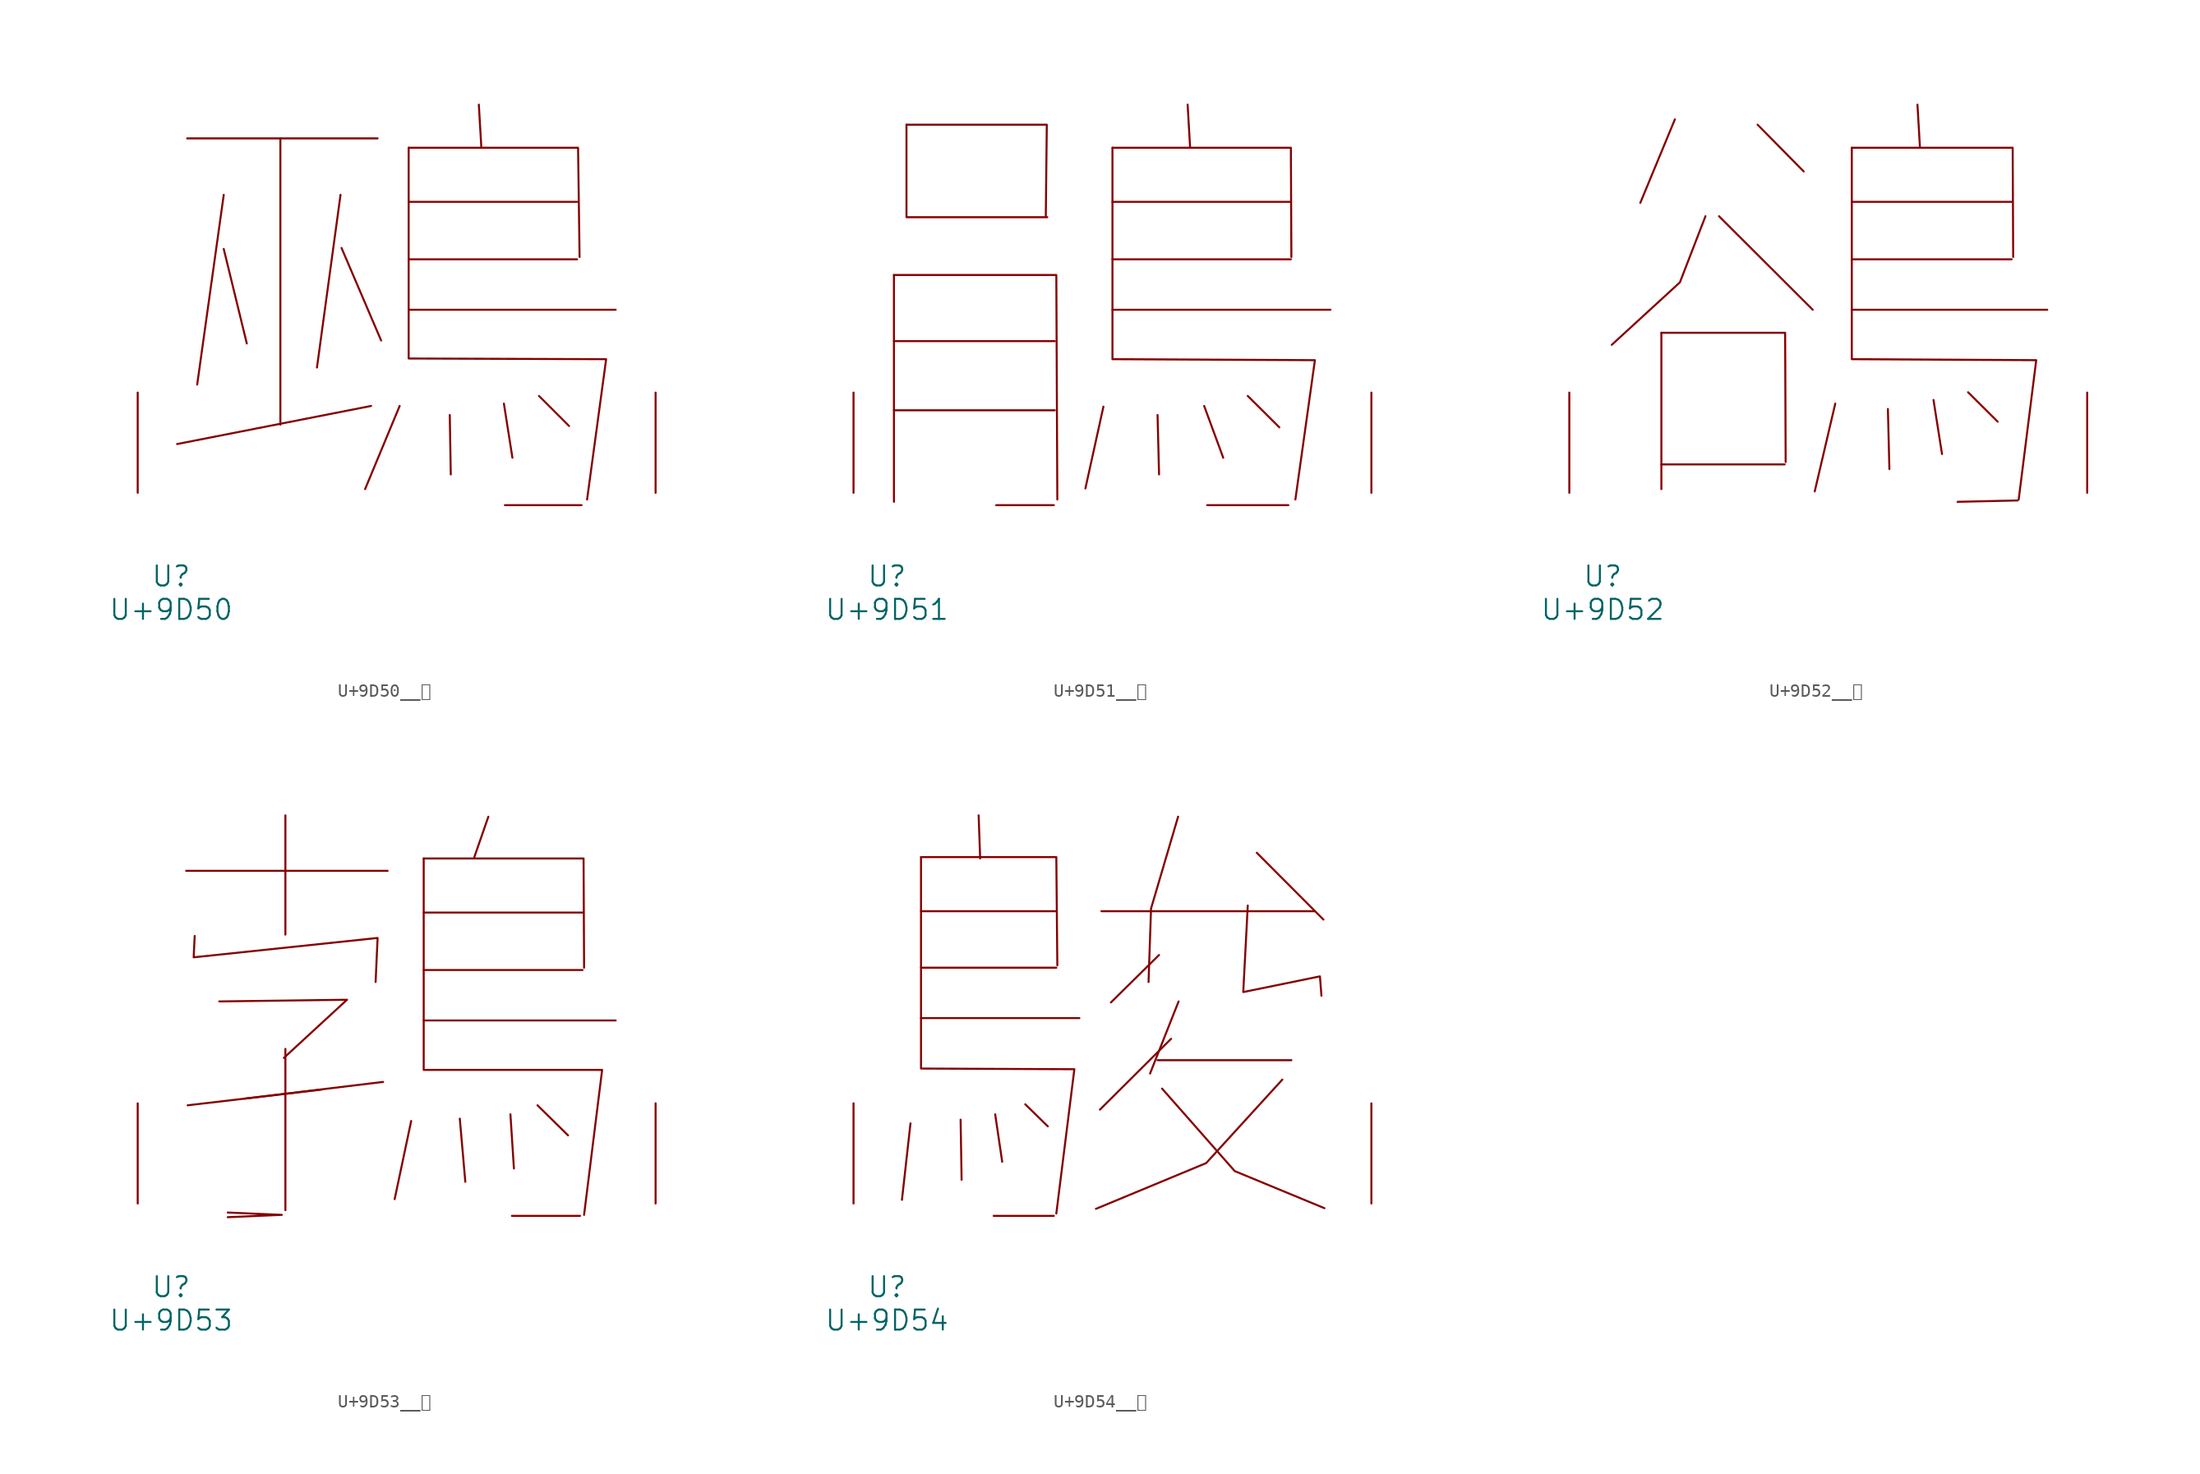
<source format=kicad_sym>
(kicad_symbol_lib
  (version 20231120)
  (generator "kicad_symbol_editor")
  (generator_version "8.0")
  (symbol "U+9D50__鵐"
    (pin_names
      (offset 1.016))
    (property "Reference" "U"
      (at 0 -6.35 0)
      (effects (font (size 1.524 1.524))))
    (property "Value" "U+9D50"
      (at 0 -8.89 0)
      (effects (font (size 1.524 1.524))))
    (symbol "U+9D50__鵐_0_1"
      (polyline (pts (xy 1.219 26.949) (xy 15.697 26.949)) (stroke (width 0) (type solid)) (fill (type none)))
      (polyline (pts (xy 4 18.542) (xy 5.753 11.354)) (stroke (width 0) (type solid)) (fill (type none)))
      (polyline (pts (xy 4 22.657) (xy 1.981 8.23)) (stroke (width 0) (type solid)) (fill (type none)))
      (polyline (pts (xy 8.306 26.949) (xy 8.306 5.182)) (stroke (width 0) (type solid)) (fill (type none)))
      (polyline (pts (xy 12.878 22.657) (xy 11.087 9.525)) (stroke (width 0) (type solid)) (fill (type none)))
      (polyline (pts (xy 12.954 18.618) (xy 15.964 11.582)) (stroke (width 0) (type solid)) (fill (type none)))
      (polyline (pts (xy 15.202 6.604) (xy 0.457 3.708)) (stroke (width 0) (type solid)) (fill (type none)))
      (polyline (pts (xy 17.374 6.604) (xy 14.745 0.279)) (stroke (width 0) (type solid)) (fill (type none)))
      (polyline (pts (xy 18.059 13.919) (xy 33.795 13.919)) (stroke (width 0) (type solid)) (fill (type none)))
      (polyline (pts (xy 18.059 17.755) (xy 30.861 17.755)) (stroke (width 0) (type solid)) (fill (type none)))
      (polyline (pts (xy 18.059 22.123) (xy 30.861 22.123)) (stroke (width 0) (type solid)) (fill (type none)))
      (polyline (pts (xy 21.184 5.918) (xy 21.26 1.397)) (stroke (width 0) (type solid)) (fill (type none)))
      (polyline (pts (xy 23.393 29.515) (xy 23.584 26.238)) (stroke (width 0) (type solid)) (fill (type none)))
      (polyline (pts (xy 25.298 6.782) (xy 25.946 2.667)) (stroke (width 0) (type solid)) (fill (type none)))
      (polyline (pts (xy 25.375 -0.94) (xy 31.204 -0.94)) (stroke (width 0) (type solid)) (fill (type none)))
      (polyline (pts (xy 27.965 7.366) (xy 30.251 5.08)) (stroke (width 0) (type solid)) (fill (type none)))
      (polyline (pts (xy 18.059 26.238) (xy 30.937 26.238) (xy 31.052 17.932)) (stroke (width 0) (type solid)) (fill (type none)))
      (polyline (pts (xy 18.059 26.238) (xy 18.059 10.211) (xy 33.071 10.16) (xy 31.623 -0.508)) (stroke (width 0) (type solid)) (fill (type none)))
      (pin input line (at -2.54 0 90) (length 7.62) (name "~" (effects (font (size 1.27 1.27)))) (number "~" (effects (font (size 1.27 1.27)))))
      (pin input line (at 36.83 0 90) (length 7.62) (name "~" (effects (font (size 1.27 1.27)))) (number "~" (effects (font (size 1.27 1.27)))))))
  (symbol "U+9D51__鵑"
    (pin_names
      (offset 1.016))
    (property "Reference" "U"
      (at 0 -6.35 0)
      (effects (font (size 1.524 1.524))))
    (property "Value" "U+9D51"
      (at 0 -8.89 0)
      (effects (font (size 1.524 1.524))))
    (symbol "U+9D51__鵑_0_1"
      (polyline (pts (xy 0.533 6.274) (xy 12.764 6.274)) (stroke (width 0) (type solid)) (fill (type none)))
      (polyline (pts (xy 0.533 11.532) (xy 12.764 11.532)) (stroke (width 0) (type solid)) (fill (type none)))
      (polyline (pts (xy 0.533 16.561) (xy 0.533 -0.686)) (stroke (width 0) (type solid)) (fill (type none)))
      (polyline (pts (xy 1.486 20.955) (xy 12.192 20.955)) (stroke (width 0) (type solid)) (fill (type none)))
      (polyline (pts (xy 1.486 27.991) (xy 1.486 21.031)) (stroke (width 0) (type solid)) (fill (type none)))
      (polyline (pts (xy 8.306 -0.94) (xy 12.687 -0.94)) (stroke (width 0) (type solid)) (fill (type none)))
      (polyline (pts (xy 16.459 6.553) (xy 15.088 0.33)) (stroke (width 0) (type solid)) (fill (type none)))
      (polyline (pts (xy 17.145 13.919) (xy 33.718 13.919)) (stroke (width 0) (type solid)) (fill (type none)))
      (polyline (pts (xy 17.145 17.755) (xy 30.709 17.755)) (stroke (width 0) (type solid)) (fill (type none)))
      (polyline (pts (xy 17.145 22.123) (xy 30.709 22.123)) (stroke (width 0) (type solid)) (fill (type none)))
      (polyline (pts (xy 20.574 5.918) (xy 20.688 1.397)) (stroke (width 0) (type solid)) (fill (type none)))
      (polyline (pts (xy 22.86 29.515) (xy 23.05 26.238)) (stroke (width 0) (type solid)) (fill (type none)))
      (polyline (pts (xy 24.117 6.604) (xy 25.565 2.667)) (stroke (width 0) (type solid)) (fill (type none)))
      (polyline (pts (xy 24.346 -0.94) (xy 30.518 -0.94)) (stroke (width 0) (type solid)) (fill (type none)))
      (polyline (pts (xy 27.432 7.366) (xy 29.832 4.978)) (stroke (width 0) (type solid)) (fill (type none)))
      (polyline (pts (xy 0.533 16.561) (xy 12.878 16.561) (xy 12.954 -0.508)) (stroke (width 0) (type solid)) (fill (type none)))
      (polyline (pts (xy 1.486 27.991) (xy 12.154 27.991) (xy 12.078 21.031)) (stroke (width 0) (type solid)) (fill (type none)))
      (polyline (pts (xy 17.145 26.238) (xy 30.709 26.238) (xy 30.747 17.932)) (stroke (width 0) (type solid)) (fill (type none)))
      (polyline (pts (xy 17.145 26.238) (xy 17.145 10.16) (xy 32.537 10.084) (xy 31.052 -0.508)) (stroke (width 0) (type solid)) (fill (type none)))
      (pin input line (at -2.54 0 90) (length 7.62) (name "~" (effects (font (size 1.27 1.27)))) (number "~" (effects (font (size 1.27 1.27)))))
      (pin input line (at 36.83 0 90) (length 7.62) (name "~" (effects (font (size 1.27 1.27)))) (number "~" (effects (font (size 1.27 1.27)))))))
  (symbol "U+9D52__鵒"
    (pin_names
      (offset 1.016))
    (property "Reference" "U"
      (at 0 -6.35 0)
      (effects (font (size 1.524 1.524))))
    (property "Value" "U+9D52"
      (at 0 -8.89 0)
      (effects (font (size 1.524 1.524))))
    (symbol "U+9D52__鵒_0_1"
      (polyline (pts (xy 4.458 2.159) (xy 13.83 2.159)) (stroke (width 0) (type solid)) (fill (type none)))
      (polyline (pts (xy 4.458 12.167) (xy 4.458 0.279)) (stroke (width 0) (type solid)) (fill (type none)))
      (polyline (pts (xy 5.486 28.397) (xy 2.857 22.047)) (stroke (width 0) (type solid)) (fill (type none)))
      (polyline (pts (xy 8.839 21.031) (xy 15.964 13.919)) (stroke (width 0) (type solid)) (fill (type none)))
      (polyline (pts (xy 11.773 27.991) (xy 15.278 24.435)) (stroke (width 0) (type solid)) (fill (type none)))
      (polyline (pts (xy 17.678 6.782) (xy 16.116 0.102)) (stroke (width 0) (type solid)) (fill (type none)))
      (polyline (pts (xy 18.936 13.919) (xy 33.795 13.919)) (stroke (width 0) (type solid)) (fill (type none)))
      (polyline (pts (xy 18.936 17.755) (xy 31.09 17.755)) (stroke (width 0) (type solid)) (fill (type none)))
      (polyline (pts (xy 18.936 22.123) (xy 31.09 22.123)) (stroke (width 0) (type solid)) (fill (type none)))
      (polyline (pts (xy 21.679 6.375) (xy 21.793 1.803)) (stroke (width 0) (type solid)) (fill (type none)))
      (polyline (pts (xy 23.927 29.515) (xy 24.117 26.238)) (stroke (width 0) (type solid)) (fill (type none)))
      (polyline (pts (xy 25.146 7.061) (xy 25.794 2.946)) (stroke (width 0) (type solid)) (fill (type none)))
      (polyline (pts (xy 27.775 7.645) (xy 30.023 5.41)) (stroke (width 0) (type solid)) (fill (type none)))
      (polyline (pts (xy 31.547 -0.584) (xy 26.975 -0.686)) (stroke (width 0) (type solid)) (fill (type none)))
      (polyline (pts (xy 4.458 12.167) (xy 13.868 12.167) (xy 13.906 2.337)) (stroke (width 0) (type solid)) (fill (type none)))
      (polyline (pts (xy 7.811 21.031) (xy 5.867 16.002) (xy 0.686 11.252)) (stroke (width 0) (type solid)) (fill (type none)))
      (polyline (pts (xy 18.936 26.238) (xy 31.166 26.238) (xy 31.204 17.932)) (stroke (width 0) (type solid)) (fill (type none)))
      (polyline (pts (xy 18.936 26.238) (xy 18.936 10.16) (xy 32.956 10.084) (xy 31.623 -0.508)) (stroke (width 0) (type solid)) (fill (type none)))
      (pin input line (at -2.54 0 90) (length 7.62) (name "~" (effects (font (size 1.27 1.27)))) (number "~" (effects (font (size 1.27 1.27)))))
      (pin input line (at 36.83 0 90) (length 7.62) (name "~" (effects (font (size 1.27 1.27)))) (number "~" (effects (font (size 1.27 1.27)))))))
  (symbol "U+9D53__鵓"
    (pin_names
      (offset 1.016))
    (property "Reference" "U"
      (at 0 -6.35 0)
      (effects (font (size 1.524 1.524))))
    (property "Value" "U+9D53"
      (at 0 -8.89 0)
      (effects (font (size 1.524 1.524))))
    (symbol "U+9D53__鵓_0_1"
      (polyline (pts (xy 1.143 25.298) (xy 16.459 25.298)) (stroke (width 0) (type solid)) (fill (type none)))
      (polyline (pts (xy 8.687 11.76) (xy 8.687 -0.508)) (stroke (width 0) (type solid)) (fill (type none)))
      (polyline (pts (xy 8.687 29.515) (xy 8.687 20.447)) (stroke (width 0) (type solid)) (fill (type none)))
      (polyline (pts (xy 11.43 8.661) (xy 1.257 7.468)) (stroke (width 0) (type solid)) (fill (type none)))
      (polyline (pts (xy 16.116 9.246) (xy 5.601 7.976)) (stroke (width 0) (type solid)) (fill (type none)))
      (polyline (pts (xy 18.25 6.274) (xy 16.993 0.33)) (stroke (width 0) (type solid)) (fill (type none)))
      (polyline (pts (xy 19.202 13.919) (xy 33.795 13.919)) (stroke (width 0) (type solid)) (fill (type none)))
      (polyline (pts (xy 19.202 17.755) (xy 31.28 17.755)) (stroke (width 0) (type solid)) (fill (type none)))
      (polyline (pts (xy 19.202 22.123) (xy 31.28 22.123)) (stroke (width 0) (type solid)) (fill (type none)))
      (polyline (pts (xy 21.946 6.452) (xy 22.365 1.651)) (stroke (width 0) (type solid)) (fill (type none)))
      (polyline (pts (xy 24.117 29.413) (xy 23.05 26.34)) (stroke (width 0) (type solid)) (fill (type none)))
      (polyline (pts (xy 25.794 6.782) (xy 26.06 2.667)) (stroke (width 0) (type solid)) (fill (type none)))
      (polyline (pts (xy 25.908 -0.94) (xy 31.09 -0.94)) (stroke (width 0) (type solid)) (fill (type none)))
      (polyline (pts (xy 27.851 7.468) (xy 30.175 5.182)) (stroke (width 0) (type solid)) (fill (type none)))
      (polyline (pts (xy 3.658 15.367) (xy 13.373 15.494) (xy 8.572 11.074)) (stroke (width 0) (type solid)) (fill (type none)))
      (polyline (pts (xy 4.305 -1.041) (xy 8.42 -0.864) (xy 4.305 -0.686)) (stroke (width 0) (type solid)) (fill (type none)))
      (polyline (pts (xy 19.202 26.238) (xy 31.356 26.238) (xy 31.394 17.932)) (stroke (width 0) (type solid)) (fill (type none)))
      (polyline (pts (xy 1.791 20.345) (xy 1.714 18.72) (xy 15.697 20.193) (xy 15.545 16.84)) (stroke (width 0) (type solid)) (fill (type none)))
      (polyline (pts (xy 19.202 26.238) (xy 19.202 10.16) (xy 32.766 10.16) (xy 31.394 -0.864)) (stroke (width 0) (type solid)) (fill (type none)))
      (pin input line (at -2.54 0 90) (length 7.62) (name "~" (effects (font (size 1.27 1.27)))) (number "~" (effects (font (size 1.27 1.27)))))
      (pin input line (at 36.83 0 90) (length 7.62) (name "~" (effects (font (size 1.27 1.27)))) (number "~" (effects (font (size 1.27 1.27)))))))
  (symbol "U+9D54__鵔"
    (pin_names
      (offset 1.016))
    (property "Reference" "U"
      (at 0 -6.35 0)
      (effects (font (size 1.524 1.524))))
    (property "Value" "U+9D54"
      (at 0 -8.89 0)
      (effects (font (size 1.524 1.524))))
    (symbol "U+9D54__鵔_0_1"
      (polyline (pts (xy 1.791 6.096) (xy 1.143 0.279)) (stroke (width 0) (type solid)) (fill (type none)))
      (polyline (pts (xy 2.591 14.097) (xy 14.63 14.097)) (stroke (width 0) (type solid)) (fill (type none)))
      (polyline (pts (xy 2.591 17.932) (xy 12.878 17.932)) (stroke (width 0) (type solid)) (fill (type none)))
      (polyline (pts (xy 2.591 22.225) (xy 12.878 22.225)) (stroke (width 0) (type solid)) (fill (type none)))
      (polyline (pts (xy 5.601 6.375) (xy 5.677 1.803)) (stroke (width 0) (type solid)) (fill (type none)))
      (polyline (pts (xy 6.972 29.515) (xy 7.087 26.238)) (stroke (width 0) (type solid)) (fill (type none)))
      (polyline (pts (xy 8.115 -0.94) (xy 12.687 -0.94)) (stroke (width 0) (type solid)) (fill (type none)))
      (polyline (pts (xy 8.23 6.782) (xy 8.763 3.175)) (stroke (width 0) (type solid)) (fill (type none)))
      (polyline (pts (xy 10.516 7.544) (xy 12.23 5.867)) (stroke (width 0) (type solid)) (fill (type none)))
      (polyline (pts (xy 16.307 22.225) (xy 32.499 22.225)) (stroke (width 0) (type solid)) (fill (type none)))
      (polyline (pts (xy 20.574 10.897) (xy 30.747 10.897)) (stroke (width 0) (type solid)) (fill (type none)))
      (polyline (pts (xy 20.688 18.898) (xy 17.031 15.291)) (stroke (width 0) (type solid)) (fill (type none)))
      (polyline (pts (xy 21.603 12.522) (xy 16.192 7.137)) (stroke (width 0) (type solid)) (fill (type none)))
      (polyline (pts (xy 22.174 15.367) (xy 20.003 9.881)) (stroke (width 0) (type solid)) (fill (type none)))
      (polyline (pts (xy 28.118 26.67) (xy 33.185 21.59)) (stroke (width 0) (type solid)) (fill (type none)))
      (polyline (pts (xy 2.591 26.34) (xy 12.878 26.34) (xy 12.954 18.11)) (stroke (width 0) (type solid)) (fill (type none)))
      (polyline (pts (xy 20.917 8.738) (xy 26.441 2.464) (xy 33.261 -0.356)) (stroke (width 0) (type solid)) (fill (type none)))
      (polyline (pts (xy 22.136 29.413) (xy 20.079 22.428) (xy 19.888 16.84)) (stroke (width 0) (type solid)) (fill (type none)))
      (polyline (pts (xy 30.061 9.423) (xy 24.27 3.073) (xy 15.888 -0.406)) (stroke (width 0) (type solid)) (fill (type none)))
      (polyline (pts (xy 2.591 26.34) (xy 2.591 10.262) (xy 14.249 10.211) (xy 12.878 -0.762)) (stroke (width 0) (type solid)) (fill (type none)))
      (polyline (pts (xy 27.432 22.657) (xy 27.089 16.078) (xy 32.918 17.272) (xy 33.033 15.799)) (stroke (width 0) (type solid)) (fill (type none)))
      (pin input line (at -2.54 0 90) (length 7.62) (name "~" (effects (font (size 1.27 1.27)))) (number "~" (effects (font (size 1.27 1.27)))))
      (pin input line (at 36.83 0 90) (length 7.62) (name "~" (effects (font (size 1.27 1.27)))) (number "~" (effects (font (size 1.27 1.27))))))))
</source>
